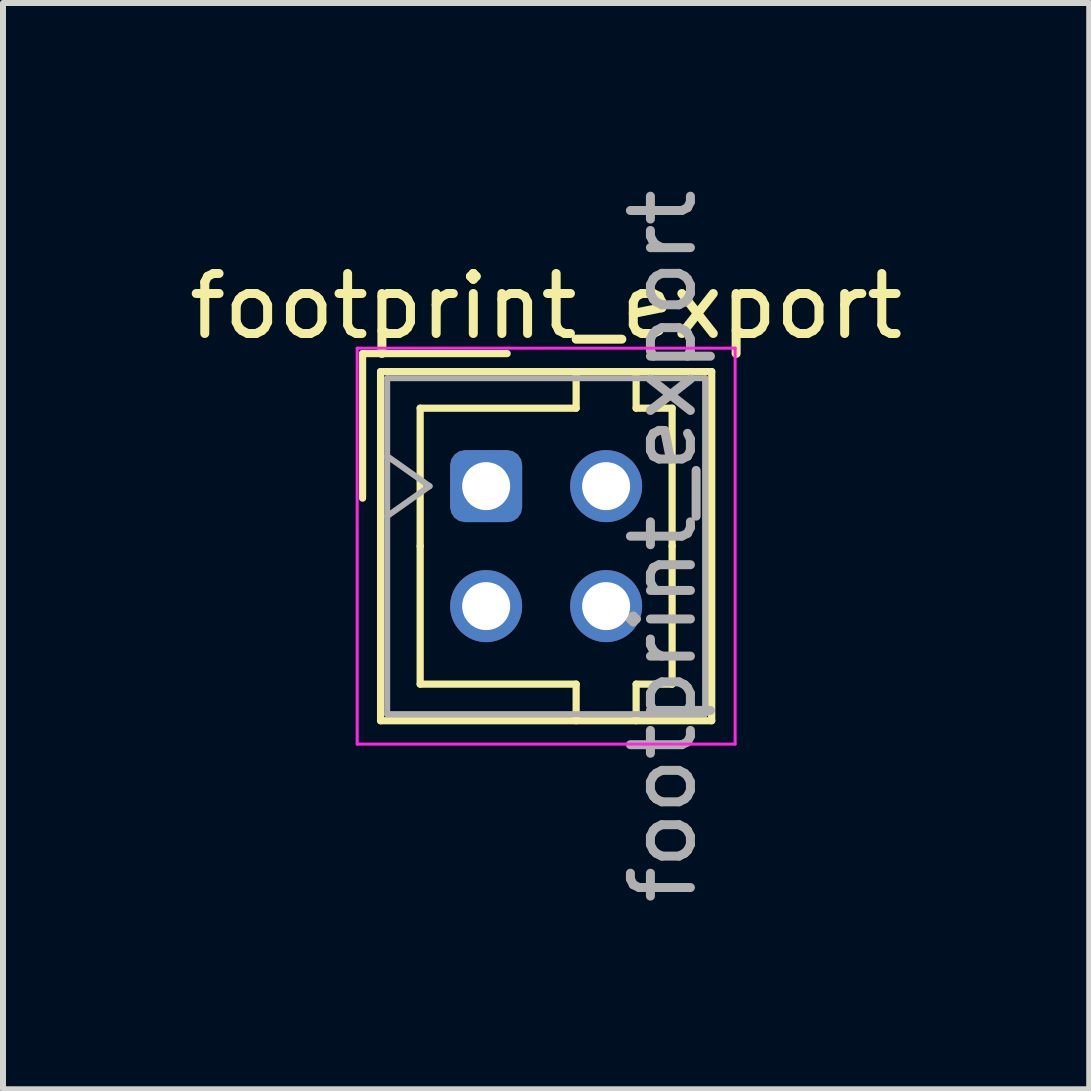
<source format=kicad_pcb>
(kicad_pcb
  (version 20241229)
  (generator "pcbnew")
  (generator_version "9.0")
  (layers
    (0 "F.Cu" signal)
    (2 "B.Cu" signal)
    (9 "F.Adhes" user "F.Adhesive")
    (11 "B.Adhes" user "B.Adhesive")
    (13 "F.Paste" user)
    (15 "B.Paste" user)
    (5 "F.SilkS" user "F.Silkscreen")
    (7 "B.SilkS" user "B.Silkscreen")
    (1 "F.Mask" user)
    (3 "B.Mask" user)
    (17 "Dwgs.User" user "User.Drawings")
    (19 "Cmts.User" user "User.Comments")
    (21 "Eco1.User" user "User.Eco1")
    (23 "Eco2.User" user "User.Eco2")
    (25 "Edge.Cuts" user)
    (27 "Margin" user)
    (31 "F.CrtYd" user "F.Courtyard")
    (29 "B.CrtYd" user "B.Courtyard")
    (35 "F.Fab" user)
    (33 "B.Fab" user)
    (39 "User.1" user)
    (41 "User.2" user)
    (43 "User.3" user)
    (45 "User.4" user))
  (footprint "footprint_export"
    (layer "F.Cu")
    (at 5.054 5.054)
    (property "Reference" "footprint_export" (at 1 -3 0) (layer "F.SilkS") (effects (font (size 1 1) (thickness 0.15))))
    (attr through_hole)
    (fp_line (start -2.06 -2.21) (end -2.06 0.2) (stroke (width 0.12) (type solid)) (layer "F.SilkS"))
    (fp_line (start -1.76 -1.91) (end -1.76 3.91) (stroke (width 0.12) (type solid)) (layer "F.SilkS"))
    (fp_line (start -1.76 3.91) (end 3.76 3.91) (stroke (width 0.12) (type solid)) (layer "F.SilkS"))
    (fp_line (start -1.1 -1.3) (end -1.1 1) (stroke (width 0.12) (type solid)) (layer "F.SilkS"))
    (fp_line (start -1.1 3.3) (end -1.1 1) (stroke (width 0.12) (type solid)) (layer "F.SilkS"))
    (fp_line (start 0.35 -2.21) (end -2.06 -2.21) (stroke (width 0.12) (type solid)) (layer "F.SilkS"))
    (fp_line (start 1.5 -1.91) (end 1.5 -1.3) (stroke (width 0.12) (type solid)) (layer "F.SilkS"))
    (fp_line (start 1.5 -1.3) (end -1.1 -1.3) (stroke (width 0.12) (type solid)) (layer "F.SilkS"))
    (fp_line (start 1.5 3.3) (end -1.1 3.3) (stroke (width 0.12) (type solid)) (layer "F.SilkS"))
    (fp_line (start 1.5 3.91) (end 1.5 3.3) (stroke (width 0.12) (type solid)) (layer "F.SilkS"))
    (fp_line (start 2.5 -1.91) (end 2.5 -1.3) (stroke (width 0.12) (type solid)) (layer "F.SilkS"))
    (fp_line (start 2.5 -1.3) (end 3.1 -1.3) (stroke (width 0.12) (type solid)) (layer "F.SilkS"))
    (fp_line (start 2.5 3.3) (end 3.1 3.3) (stroke (width 0.12) (type solid)) (layer "F.SilkS"))
    (fp_line (start 2.5 3.91) (end 2.5 3.3) (stroke (width 0.12) (type solid)) (layer "F.SilkS"))
    (fp_line (start 3.1 -1.3) (end 3.1 1) (stroke (width 0.12) (type solid)) (layer "F.SilkS"))
    (fp_line (start 3.1 3.3) (end 3.1 1) (stroke (width 0.12) (type solid)) (layer "F.SilkS"))
    (fp_line (start 3.76 -1.91) (end -1.76 -1.91) (stroke (width 0.12) (type solid)) (layer "F.SilkS"))
    (fp_line (start 3.76 3.91) (end 3.76 -1.91) (stroke (width 0.12) (type solid)) (layer "F.SilkS"))
    (fp_line (start -2.15 -2.3) (end -2.15 4.3) (stroke (width 0.05) (type solid)) (layer "F.CrtYd"))
    (fp_line (start -2.15 4.3) (end 4.15 4.3) (stroke (width 0.05) (type solid)) (layer "F.CrtYd"))
    (fp_line (start 4.15 -2.3) (end -2.15 -2.3) (stroke (width 0.05) (type solid)) (layer "F.CrtYd"))
    (fp_line (start 4.15 4.3) (end 4.15 -2.3) (stroke (width 0.05) (type solid)) (layer "F.CrtYd"))
    (fp_line (start -1.65 -1.8) (end -1.65 3.8) (stroke (width 0.1) (type solid)) (layer "F.Fab"))
    (fp_line (start -1.65 0.5) (end -0.943 0) (stroke (width 0.1) (type solid)) (layer "F.Fab"))
    (fp_line (start -1.65 3.8) (end 3.65 3.8) (stroke (width 0.1) (type solid)) (layer "F.Fab"))
    (fp_line (start -0.943 0) (end -1.65 -0.5) (stroke (width 0.1) (type solid)) (layer "F.Fab"))
    (fp_line (start 3.65 -1.8) (end -1.65 -1.8) (stroke (width 0.1) (type solid)) (layer "F.Fab"))
    (fp_line (start 3.65 3.8) (end 3.65 -1.8) (stroke (width 0.1) (type solid)) (layer "F.Fab"))
    (fp_text user "${REFERENCE}" (at 2.95 1 90) (layer "F.Fab") (effects (font (size 1 1) (thickness 0.15))))
    (pad "a1" thru_hole roundrect (at 0 0) (size 1.2 1.2) (drill 0.8) (layers "*.Cu" "*.Mask") (roundrect_rratio 0.208))
    (pad "a2" thru_hole circle (at 0 2) (size 1.2 1.2) (drill 0.8) (layers "*.Cu" "*.Mask"))
    (pad "b1" thru_hole circle (at 2 0) (size 1.2 1.2) (drill 0.8) (layers "*.Cu" "*.Mask"))
    (pad "b2" thru_hole circle (at 2 2) (size 1.2 1.2) (drill 0.8) (layers "*.Cu" "*.Mask")))
  (gr_rect
    (start -3 -3)
    (end 15.107 15.107)
    (stroke (width 0.1) (type default))
    (fill no)
    (layer "Edge.Cuts")))
</source>
